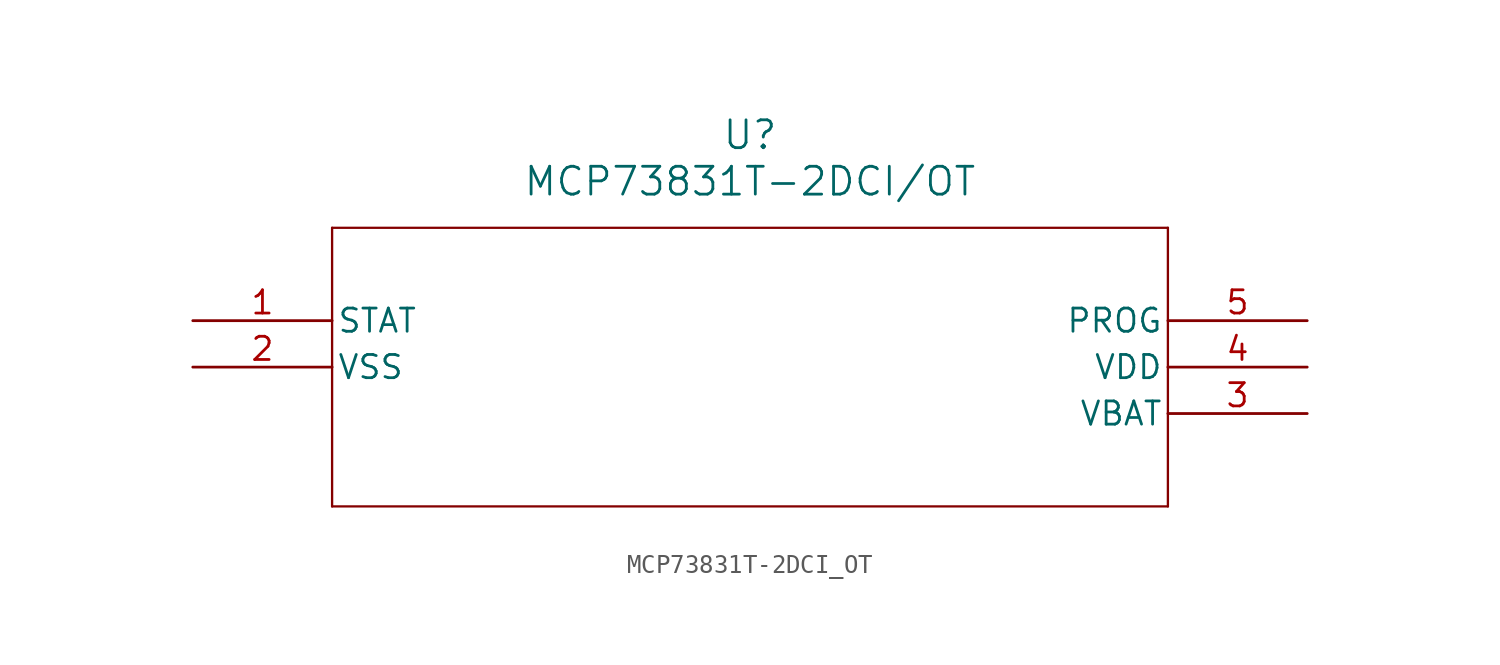
<source format=kicad_sym>
(kicad_symbol_lib
  (version 20211014)
  (generator kicad_symbol_editor)
  (symbol "MCP73831T-2DCI_OT"
    (pin_names
      (offset 0.254))
    (property "Reference" "U"
      (at 30.48 10.16 0)
      (effects (font (size 1.524 1.524))))
    (property "Value" "MCP73831T-2DCI/OT"
      (at 30.48 7.62 0)
      (effects (font (size 1.524 1.524))))
    (symbol "MCP73831T-2DCI_OT_0_1"
      (polyline (pts (xy 7.62 5.08) (xy 7.62 -10.16)) (stroke (width 0.127) (type default) (color 0 0 0 0)) (fill (type none)))
      (polyline (pts (xy 7.62 -10.16) (xy 53.34 -10.16)) (stroke (width 0.127) (type default) (color 0 0 0 0)) (fill (type none)))
      (polyline (pts (xy 53.34 -10.16) (xy 53.34 5.08)) (stroke (width 0.127) (type default) (color 0 0 0 0)) (fill (type none)))
      (polyline (pts (xy 53.34 5.08) (xy 7.62 5.08)) (stroke (width 0.127) (type default) (color 0 0 0 0)) (fill (type none)))
      (pin unspecified line (at 0 0 0) (length 7.62) (name "STAT" (effects (font (size 1.27 1.27)))) (number "1" (effects (font (size 1.27 1.27)))))
      (pin unspecified line (at 0 -2.54 0) (length 7.62) (name "VSS" (effects (font (size 1.27 1.27)))) (number "2" (effects (font (size 1.27 1.27)))))
      (pin unspecified line (at 60.96 -5.08 180) (length 7.62) (name "VBAT" (effects (font (size 1.27 1.27)))) (number "3" (effects (font (size 1.27 1.27)))))
      (pin unspecified line (at 60.96 -2.54 180) (length 7.62) (name "VDD" (effects (font (size 1.27 1.27)))) (number "4" (effects (font (size 1.27 1.27)))))
      (pin unspecified line (at 60.96 0 180) (length 7.62) (name "PROG" (effects (font (size 1.27 1.27)))) (number "5" (effects (font (size 1.27 1.27))))))))
</source>
